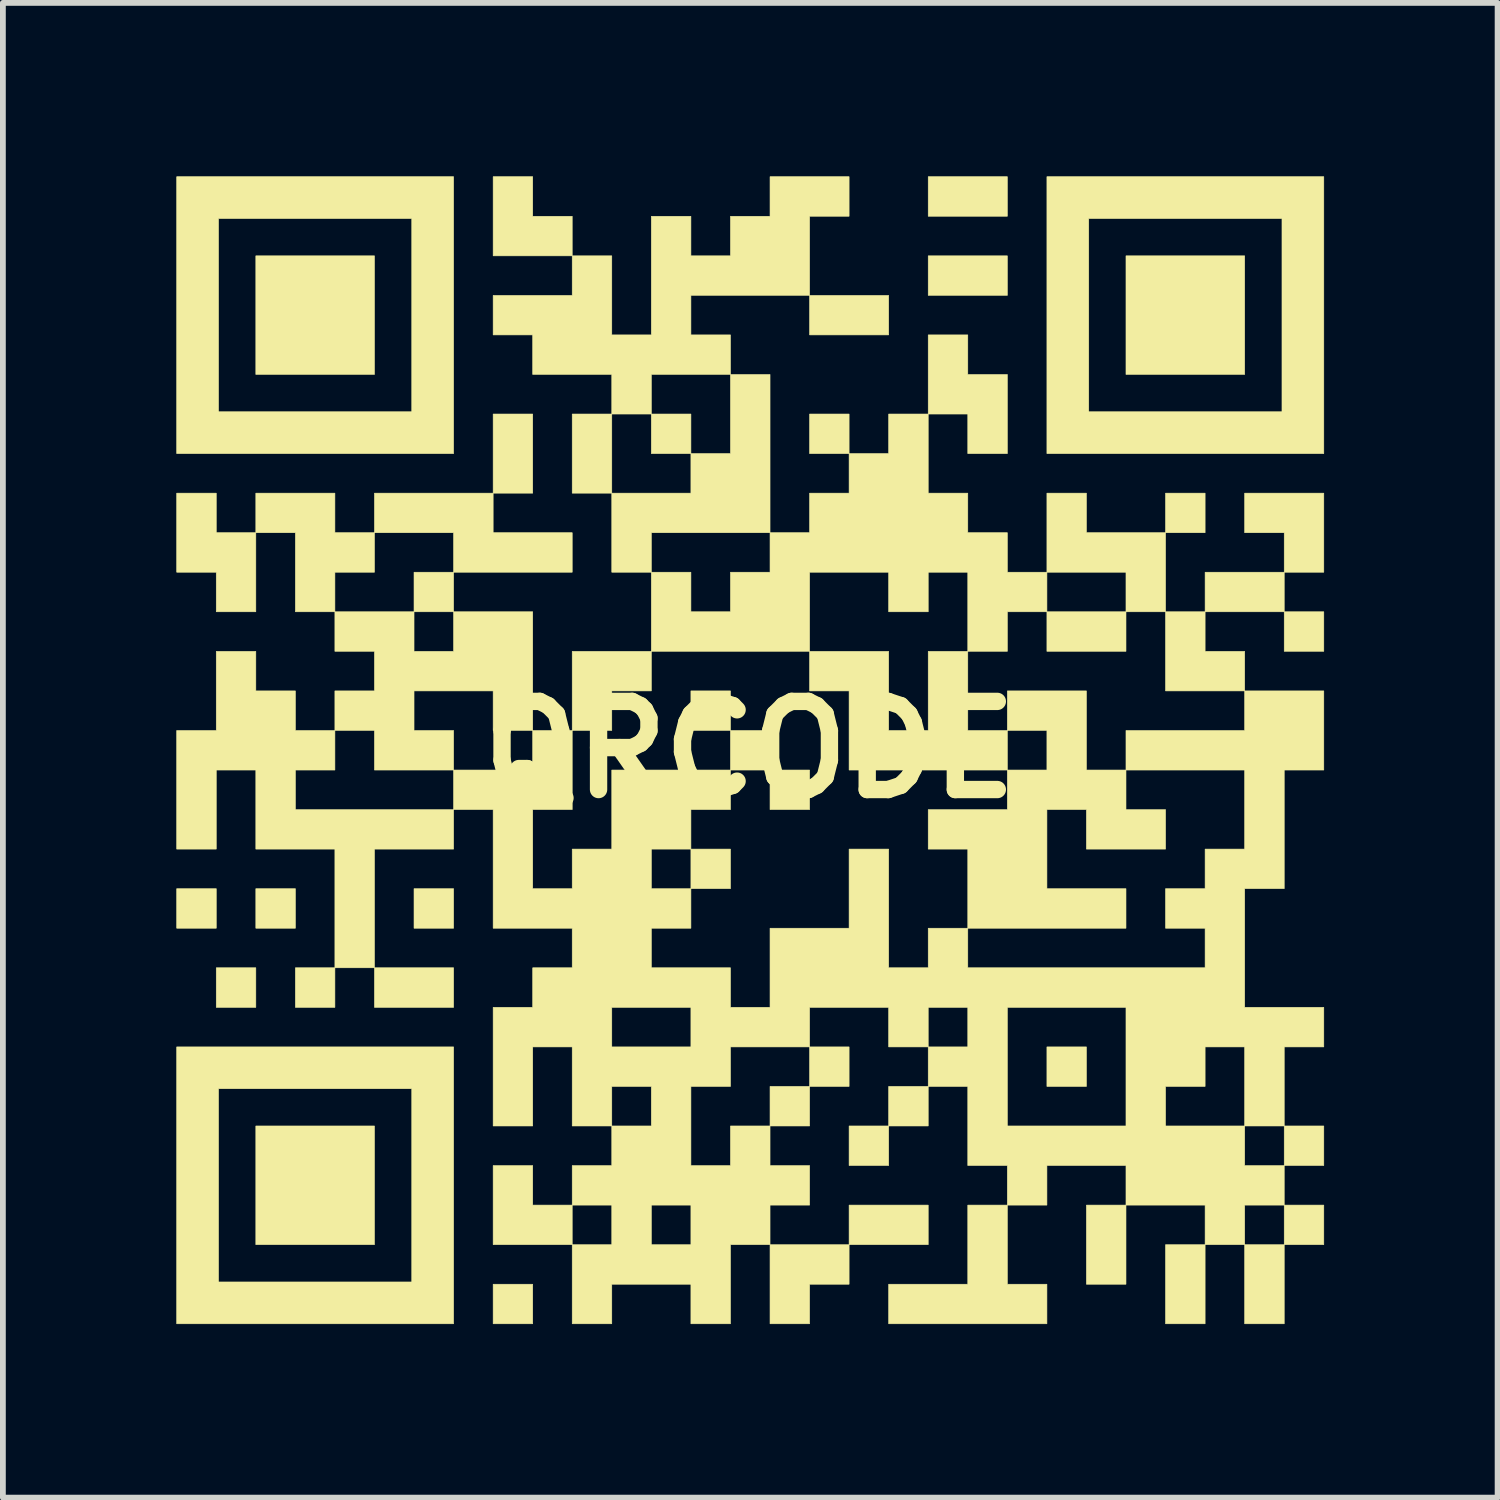
<source format=kicad_pcb>
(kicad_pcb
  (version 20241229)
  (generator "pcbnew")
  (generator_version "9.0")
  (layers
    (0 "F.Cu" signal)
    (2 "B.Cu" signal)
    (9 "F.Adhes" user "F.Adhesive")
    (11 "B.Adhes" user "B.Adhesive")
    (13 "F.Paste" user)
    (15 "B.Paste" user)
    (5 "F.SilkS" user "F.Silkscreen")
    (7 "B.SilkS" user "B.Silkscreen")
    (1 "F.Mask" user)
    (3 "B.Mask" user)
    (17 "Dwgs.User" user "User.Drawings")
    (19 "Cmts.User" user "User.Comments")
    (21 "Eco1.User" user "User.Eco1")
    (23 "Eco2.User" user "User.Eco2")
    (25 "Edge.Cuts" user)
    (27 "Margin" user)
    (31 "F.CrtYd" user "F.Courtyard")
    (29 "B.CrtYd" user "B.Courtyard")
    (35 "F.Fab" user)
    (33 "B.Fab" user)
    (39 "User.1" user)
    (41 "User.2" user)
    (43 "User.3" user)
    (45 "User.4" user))
  (footprint "QRCODE"
    (layer "F.Cu")
    (at 9.911 9.911)
    (property "Reference" "QRCODE" (at 0 0 0) (layer "F.SilkS") (effects (font (size 1.524 1.524) (thickness 0.3))))
    (attr through_hole)
    (fp_poly (pts (xy -9.222 3.087) (xy -9.906 3.087) (xy -9.906 2.403) (xy -9.222 2.403) (xy -9.222 3.087)) (stroke (width 0.01) (type solid)) (fill yes) (layer "F.SilkS"))
    (fp_poly (pts (xy -8.538 4.455) (xy -9.222 4.455) (xy -9.222 3.771) (xy -8.538 3.771) (xy -8.538 4.455)) (stroke (width 0.01) (type solid)) (fill yes) (layer "F.SilkS"))
    (fp_poly (pts (xy -7.854 3.087) (xy -8.538 3.087) (xy -8.538 2.403) (xy -7.854 2.403) (xy -7.854 3.087)) (stroke (width 0.01) (type solid)) (fill yes) (layer "F.SilkS"))
    (fp_poly (pts (xy -7.171 4.455) (xy -7.854 4.455) (xy -7.854 3.771) (xy -7.171 3.771) (xy -7.171 4.455)) (stroke (width 0.01) (type solid)) (fill yes) (layer "F.SilkS"))
    (fp_poly (pts (xy -6.487 -6.487) (xy -8.538 -6.487) (xy -8.538 -8.538) (xy -6.487 -8.538) (xy -6.487 -6.487)) (stroke (width 0.01) (type solid)) (fill yes) (layer "F.SilkS"))
    (fp_poly (pts (xy -6.487 8.558) (xy -8.538 8.558) (xy -8.538 6.506) (xy -6.487 6.506) (xy -6.487 8.558)) (stroke (width 0.01) (type solid)) (fill yes) (layer "F.SilkS"))
    (fp_poly (pts (xy -5.119 3.087) (xy -5.803 3.087) (xy -5.803 2.403) (xy -5.119 2.403) (xy -5.119 3.087)) (stroke (width 0.01) (type solid)) (fill yes) (layer "F.SilkS"))
    (fp_poly (pts (xy -5.119 4.455) (xy -6.487 4.455) (xy -6.487 3.771) (xy -5.119 3.771) (xy -5.119 4.455)) (stroke (width 0.01) (type solid)) (fill yes) (layer "F.SilkS"))
    (fp_poly (pts (xy -4.435 -5.803) (xy -3.751 -5.803) (xy -3.751 -4.435) (xy -4.435 -4.435) (xy -4.435 -5.803)) (stroke (width 0.01) (type solid)) (fill yes) (layer "F.SilkS"))
    (fp_poly (pts (xy -3.751 9.926) (xy -4.435 9.926) (xy -4.435 9.242) (xy -3.751 9.242) (xy -3.751 9.926)) (stroke (width 0.01) (type solid)) (fill yes) (layer "F.SilkS"))
    (fp_poly (pts (xy -3.068 -4.435) (xy -3.068 -5.803) (xy -2.384 -5.803) (xy -2.384 -4.435) (xy -3.068 -4.435)) (stroke (width 0.01) (type solid)) (fill yes) (layer "F.SilkS"))
    (fp_poly (pts (xy -1.016 -5.119) (xy -1.7 -5.119) (xy -1.7 -5.803) (xy -1.016 -5.803) (xy -1.016 -5.119)) (stroke (width 0.01) (type solid)) (fill yes) (layer "F.SilkS"))
    (fp_poly (pts (xy -1.016 -0.332) (xy -1.016 -1.016) (xy -0.332 -1.016) (xy -0.332 -0.332) (xy -1.016 -0.332)) (stroke (width 0.01) (type solid)) (fill yes) (layer "F.SilkS"))
    (fp_poly (pts (xy -0.332 0.352) (xy -0.332 -0.332) (xy 0.352 -0.332) (xy 0.352 0.352) (xy -0.332 0.352)) (stroke (width 0.01) (type solid)) (fill yes) (layer "F.SilkS"))
    (fp_poly (pts (xy -0.332 2.403) (xy -1.016 2.403) (xy -1.016 1.719) (xy -0.332 1.719) (xy -0.332 2.403)) (stroke (width 0.01) (type solid)) (fill yes) (layer "F.SilkS"))
    (fp_poly (pts (xy 1.036 -5.119) (xy 1.036 -5.803) (xy 1.719 -5.803) (xy 1.719 -5.119) (xy 1.036 -5.119)) (stroke (width 0.01) (type solid)) (fill yes) (layer "F.SilkS"))
    (fp_poly (pts (xy 1.036 0.352) (xy 1.036 1.036) (xy 0.352 1.036) (xy 0.352 0.352) (xy 1.036 0.352)) (stroke (width 0.01) (type solid)) (fill yes) (layer "F.SilkS"))
    (fp_poly (pts (xy 1.036 5.139) (xy 1.719 5.139) (xy 1.719 5.822) (xy 1.036 5.822) (xy 1.036 5.139)) (stroke (width 0.01) (type solid)) (fill yes) (layer "F.SilkS"))
    (fp_poly (pts (xy 1.036 6.506) (xy 0.352 6.506) (xy 0.352 5.822) (xy 1.036 5.822) (xy 1.036 6.506)) (stroke (width 0.01) (type solid)) (fill yes) (layer "F.SilkS"))
    (fp_poly (pts (xy 1.719 7.874) (xy 3.087 7.874) (xy 3.087 8.558) (xy 1.719 8.558) (xy 1.719 7.874)) (stroke (width 0.01) (type solid)) (fill yes) (layer "F.SilkS"))
    (fp_poly (pts (xy 2.403 -7.171) (xy 1.036 -7.171) (xy 1.036 -7.854) (xy 2.403 -7.854) (xy 2.403 -7.171)) (stroke (width 0.01) (type solid)) (fill yes) (layer "F.SilkS"))
    (fp_poly (pts (xy 2.403 5.822) (xy 3.087 5.822) (xy 3.087 6.506) (xy 2.403 6.506) (xy 2.403 5.822)) (stroke (width 0.01) (type solid)) (fill yes) (layer "F.SilkS"))
    (fp_poly (pts (xy 2.403 7.19) (xy 1.719 7.19) (xy 1.719 6.506) (xy 2.403 6.506) (xy 2.403 7.19)) (stroke (width 0.01) (type solid)) (fill yes) (layer "F.SilkS"))
    (fp_poly (pts (xy 4.455 -9.222) (xy 3.087 -9.222) (xy 3.087 -9.906) (xy 4.455 -9.906) (xy 4.455 -9.222)) (stroke (width 0.01) (type solid)) (fill yes) (layer "F.SilkS"))
    (fp_poly (pts (xy 4.455 -7.854) (xy 3.087 -7.854) (xy 3.087 -8.538) (xy 4.455 -8.538) (xy 4.455 -7.854)) (stroke (width 0.01) (type solid)) (fill yes) (layer "F.SilkS"))
    (fp_poly (pts (xy 5.822 5.822) (xy 5.139 5.822) (xy 5.139 5.139) (xy 5.822 5.139) (xy 5.822 5.822)) (stroke (width 0.01) (type solid)) (fill yes) (layer "F.SilkS"))
    (fp_poly (pts (xy 6.506 -1.7) (xy 5.139 -1.7) (xy 5.139 -2.384) (xy 6.506 -2.384) (xy 6.506 -1.7)) (stroke (width 0.01) (type solid)) (fill yes) (layer "F.SilkS"))
    (fp_poly (pts (xy 6.506 9.242) (xy 5.822 9.242) (xy 5.822 7.874) (xy 6.506 7.874) (xy 6.506 9.242)) (stroke (width 0.01) (type solid)) (fill yes) (layer "F.SilkS"))
    (fp_poly (pts (xy 7.19 -4.435) (xy 7.874 -4.435) (xy 7.874 -3.751) (xy 7.19 -3.751) (xy 7.19 -4.435)) (stroke (width 0.01) (type solid)) (fill yes) (layer "F.SilkS"))
    (fp_poly (pts (xy 7.874 9.926) (xy 7.19 9.926) (xy 7.19 8.558) (xy 7.874 8.558) (xy 7.874 9.926)) (stroke (width 0.01) (type solid)) (fill yes) (layer "F.SilkS"))
    (fp_poly (pts (xy 8.558 -6.487) (xy 6.506 -6.487) (xy 6.506 -8.538) (xy 8.558 -8.538) (xy 8.558 -6.487)) (stroke (width 0.01) (type solid)) (fill yes) (layer "F.SilkS"))
    (fp_poly (pts (xy 9.242 -2.384) (xy 7.874 -2.384) (xy 7.874 -3.068) (xy 9.242 -3.068) (xy 9.242 -2.384)) (stroke (width 0.01) (type solid)) (fill yes) (layer "F.SilkS"))
    (fp_poly (pts (xy 9.242 7.874) (xy 9.926 7.874) (xy 9.926 8.558) (xy 9.242 8.558) (xy 9.242 7.874)) (stroke (width 0.01) (type solid)) (fill yes) (layer "F.SilkS"))
    (fp_poly (pts (xy 9.242 9.926) (xy 8.558 9.926) (xy 8.558 8.558) (xy 9.242 8.558) (xy 9.242 9.926)) (stroke (width 0.01) (type solid)) (fill yes) (layer "F.SilkS"))
    (fp_poly (pts (xy 9.926 -1.7) (xy 9.242 -1.7) (xy 9.242 -2.384) (xy 9.926 -2.384) (xy 9.926 -1.7)) (stroke (width 0.01) (type solid)) (fill yes) (layer "F.SilkS"))
    (fp_poly (pts (xy -4.435 -8.538) (xy -4.435 -9.906) (xy -3.751 -9.906) (xy -3.751 -9.222) (xy -3.068 -9.222) (xy -3.068 -8.538) (xy -4.435 -8.538)) (stroke (width 0.01) (type solid)) (fill yes) (layer "F.SilkS"))
    (fp_poly (pts (xy 1.719 9.242) (xy 1.036 9.242) (xy 1.036 9.926) (xy 0.352 9.926) (xy 0.352 8.558) (xy 1.719 8.558) (xy 1.719 9.242)) (stroke (width 0.01) (type solid)) (fill yes) (layer "F.SilkS"))
    (fp_poly (pts (xy 9.242 -3.751) (xy 8.558 -3.751) (xy 8.558 -4.435) (xy 9.926 -4.435) (xy 9.926 -3.068) (xy 9.242 -3.068) (xy 9.242 -3.751)) (stroke (width 0.01) (type solid)) (fill yes) (layer "F.SilkS"))
    (fp_poly (pts (xy -8.538 -2.384) (xy -9.222 -2.384) (xy -9.222 -3.068) (xy -9.906 -3.068) (xy -9.906 -4.435) (xy -9.222 -4.435) (xy -9.222 -3.751) (xy -8.538 -3.751) (xy -8.538 -2.384)) (stroke (width 0.01) (type solid)) (fill yes) (layer "F.SilkS"))
    (fp_poly (pts (xy 3.087 -7.171) (xy 3.771 -7.171) (xy 3.771 -6.487) (xy 4.455 -6.487) (xy 4.455 -5.119) (xy 3.771 -5.119) (xy 3.771 -5.803) (xy 3.087 -5.803) (xy 3.087 -7.171)) (stroke (width 0.01) (type solid)) (fill yes) (layer "F.SilkS"))
    (fp_poly (pts (xy 4.455 9.242) (xy 5.139 9.242) (xy 5.139 9.926) (xy 2.403 9.926) (xy 2.403 9.242) (xy 3.771 9.242) (xy 3.771 7.874) (xy 4.455 7.874) (xy 4.455 9.242)) (stroke (width 0.01) (type solid)) (fill yes) (layer "F.SilkS"))
    (fp_poly (pts (xy -5.119 -5.119) (xy -9.906 -5.119) (xy -9.906 -9.183) (xy -9.183 -9.183) (xy -9.183 -5.842) (xy -5.842 -5.842) (xy -5.842 -9.183) (xy -9.183 -9.183) (xy -9.906 -9.183) (xy -9.906 -9.906) (xy -5.119 -9.906) (xy -5.119 -5.119)) (stroke (width 0.01) (type solid)) (fill yes) (layer "F.SilkS"))
    (fp_poly (pts (xy -5.119 9.926) (xy -9.906 9.926) (xy -9.906 5.862) (xy -9.183 5.862) (xy -9.183 9.203) (xy -5.842 9.203) (xy -5.842 5.862) (xy -9.183 5.862) (xy -9.906 5.862) (xy -9.906 5.139) (xy -5.119 5.139) (xy -5.119 9.926)) (stroke (width 0.01) (type solid)) (fill yes) (layer "F.SilkS"))
    (fp_poly (pts (xy 9.926 -5.119) (xy 5.139 -5.119) (xy 5.139 -9.183) (xy 5.862 -9.183) (xy 5.862 -5.842) (xy 9.203 -5.842) (xy 9.203 -9.183) (xy 5.862 -9.183) (xy 5.139 -9.183) (xy 5.139 -9.906) (xy 9.926 -9.906) (xy 9.926 -5.119)) (stroke (width 0.01) (type solid)) (fill yes) (layer "F.SilkS"))
    (fp_poly (pts (xy -2.384 -6.487) (xy -3.751 -6.487) (xy -3.751 -7.171) (xy -4.435 -7.171) (xy -4.435 -7.854) (xy -3.068 -7.854) (xy -3.068 -8.538) (xy -2.384 -8.538) (xy -2.384 -7.171) (xy -1.7 -7.171) (xy -1.7 -9.222) (xy -1.016 -9.222) (xy -1.016 -8.538) (xy -0.332 -8.538) (xy -0.332 -9.222) (xy 0.352 -9.222) (xy 0.352 -9.906) (xy 1.719 -9.906) (xy 1.719 -9.222) (xy 1.036 -9.222) (xy 1.036 -7.854) (xy -1.016 -7.854) (xy -1.016 -7.171) (xy -0.332 -7.171) (xy -0.332 -6.487) (xy -1.7 -6.487) (xy -1.7 -5.803) (xy -2.384 -5.803) (xy -2.384 -6.487)) (stroke (width 0.01) (type solid)) (fill yes) (layer "F.SilkS"))
    (fp_poly (pts (xy 2.403 -0.332) (xy 3.087 -0.332) (xy 3.087 -1.7) (xy 3.771 -1.7) (xy 3.771 -0.332) (xy 4.455 -0.332) (xy 4.455 0.352) (xy 5.139 0.352) (xy 5.139 -0.332) (xy 4.455 -0.332) (xy 4.455 -1.016) (xy 5.822 -1.016) (xy 5.822 0.352) (xy 6.506 0.352) (xy 6.506 1.036) (xy 7.19 1.036) (xy 7.19 1.719) (xy 5.822 1.719) (xy 5.822 1.036) (xy 5.139 1.036) (xy 5.139 2.403) (xy 6.506 2.403) (xy 6.506 3.087) (xy 3.771 3.087) (xy 3.771 1.719) (xy 3.087 1.719) (xy 3.087 1.036) (xy 4.455 1.036) (xy 4.455 0.352) (xy 1.719 0.352) (xy 1.719 -1.016) (xy 1.036 -1.016) (xy 1.036 -1.7) (xy 2.403 -1.7) (xy 2.403 -0.332)) (stroke (width 0.01) (type solid)) (fill yes) (layer "F.SilkS"))
    (fp_poly (pts (xy 2.403 -5.119) (xy 2.403 -5.803) (xy 3.087 -5.803) (xy 3.087 -4.435) (xy 3.771 -4.435) (xy 3.771 -3.751) (xy 4.455 -3.751) (xy 4.455 -3.068) (xy 5.139 -3.068) (xy 5.139 -4.435) (xy 5.822 -4.435) (xy 5.822 -3.751) (xy 7.19 -3.751) (xy 7.19 -2.384) (xy 7.874 -2.384) (xy 7.874 -1.7) (xy 8.558 -1.7) (xy 8.558 -1.016) (xy 9.926 -1.016) (xy 9.926 0.352) (xy 9.242 0.352) (xy 9.242 2.403) (xy 8.558 2.403) (xy 8.558 4.455) (xy 9.926 4.455) (xy 9.926 5.139) (xy 9.242 5.139) (xy 9.242 6.506) (xy 9.926 6.506) (xy 9.926 7.19) (xy 9.242 7.19) (xy 9.242 7.874) (xy 8.558 7.874) (xy 8.558 8.558) (xy 7.874 8.558) (xy 7.874 7.874) (xy 6.506 7.874) (xy 6.506 7.19) (xy 8.558 7.19) (xy 9.242 7.19) (xy 9.242 6.506) (xy 8.558 6.506) (xy 8.558 7.19) (xy 6.506 7.19) (xy 5.139 7.19) (xy 5.139 7.874) (xy 4.455 7.874) (xy 4.455 7.19) (xy 3.771 7.19) (xy 3.771 5.822) (xy 3.087 5.822) (xy 3.087 5.139) (xy 2.403 5.139) (xy 2.403 4.455) (xy 3.087 4.455) (xy 3.087 5.139) (xy 3.771 5.139) (xy 3.771 4.455) (xy 4.455 4.455) (xy 4.455 6.506) (xy 6.506 6.506) (xy 6.506 5.822) (xy 7.19 5.822) (xy 7.19 6.506) (xy 8.558 6.506) (xy 8.558 5.139) (xy 7.874 5.139) (xy 7.874 5.822) (xy 7.19 5.822) (xy 6.506 5.822) (xy 6.506 4.455) (xy 4.455 4.455) (xy 3.771 4.455) (xy 3.087 4.455) (xy 2.403 4.455) (xy 1.036 4.455) (xy 1.036 5.139) (xy -0.332 5.139) (xy -0.332 5.822) (xy -1.016 5.822) (xy -1.016 7.19) (xy -0.332 7.19) (xy -0.332 6.506) (xy 0.352 6.506) (xy 0.352 7.19) (xy 1.036 7.19) (xy 1.036 7.874) (xy 0.352 7.874) (xy 0.352 8.558) (xy -0.332 8.558) (xy -0.332 9.926) (xy -1.016 9.926) (xy -1.016 9.242) (xy -2.384 9.242) (xy -2.384 9.926) (xy -3.068 9.926) (xy -3.068 8.558) (xy -4.435 8.558) (xy -4.435 7.19) (xy -3.751 7.19) (xy -3.751 7.874) (xy -3.068 7.874) (xy -3.068 8.558) (xy -2.384 8.558) (xy -2.384 7.874) (xy -1.7 7.874) (xy -1.7 8.558) (xy -1.016 8.558) (xy -1.016 7.874) (xy -1.7 7.874) (xy -2.384 7.874) (xy -3.068 7.874) (xy -3.068 7.19) (xy -2.384 7.19) (xy -2.384 6.506) (xy -3.068 6.506) (xy -3.068 5.822) (xy -2.384 5.822) (xy -2.384 6.506) (xy -1.7 6.506) (xy -1.7 5.822) (xy -2.384 5.822) (xy -3.068 5.822) (xy -3.068 5.139) (xy -3.751 5.139) (xy -3.751 6.506) (xy -4.435 6.506) (xy -4.435 4.455) (xy -3.751 4.455) (xy -2.384 4.455) (xy -2.384 5.139) (xy -1.016 5.139) (xy -1.016 4.455) (xy -2.384 4.455) (xy -3.751 4.455) (xy -3.751 3.771) (xy -3.068 3.771) (xy -3.068 3.087) (xy -4.435 3.087) (xy -4.435 1.036) (xy -3.751 1.036) (xy -3.751 2.403) (xy -3.068 2.403) (xy -3.068 1.719) (xy -2.384 1.719) (xy -2.384 0.352) (xy -0.332 0.352) (xy -0.332 1.036) (xy -1.016 1.036) (xy -1.016 1.719) (xy -1.7 1.719) (xy -1.7 2.403) (xy -1.016 2.403) (xy -1.016 3.087) (xy -1.7 3.087) (xy -1.7 3.771) (xy -0.332 3.771) (xy -0.332 4.455) (xy 0.352 4.455) (xy 0.352 3.087) (xy 1.719 3.087) (xy 1.719 1.719) (xy 2.403 1.719) (xy 2.403 3.771) (xy 3.087 3.771) (xy 3.087 3.087) (xy 3.771 3.087) (xy 3.771 3.771) (xy 7.874 3.771) (xy 7.874 3.087) (xy 7.19 3.087) (xy 7.19 2.403) (xy 7.874 2.403) (xy 7.874 1.719) (xy 8.558 1.719) (xy 8.558 0.352) (xy 6.506 0.352) (xy 6.506 -0.332) (xy 8.558 -0.332) (xy 8.558 -1.016) (xy 7.19 -1.016) (xy 7.19 -2.384) (xy 6.506 -2.384) (xy 6.506 -3.068) (xy 5.139 -3.068) (xy 5.139 -2.384) (xy 4.455 -2.384) (xy 4.455 -1.7) (xy 3.771 -1.7) (xy 3.771 -3.068) (xy 3.087 -3.068) (xy 3.087 -2.384) (xy 2.403 -2.384) (xy 2.403 -3.068) (xy 1.036 -3.068) (xy 1.036 -1.7) (xy -1.7 -1.7) (xy -1.7 -1.016) (xy -2.384 -1.016) (xy -2.384 -0.332) (xy -3.068 -0.332) (xy -3.068 1.036) (xy -3.751 1.036) (xy -4.435 1.036) (xy -5.119 1.036) (xy -5.119 1.719) (xy -6.487 1.719) (xy -6.487 3.771) (xy -7.171 3.771) (xy -7.171 1.719) (xy -8.538 1.719) (xy -8.538 0.352) (xy -7.854 0.352) (xy -7.854 1.036) (xy -5.119 1.036) (xy -5.119 0.352) (xy -6.487 0.352) (xy -6.487 -0.332) (xy -7.171 -0.332) (xy -7.171 0.352) (xy -7.854 0.352) (xy -8.538 0.352) (xy -9.222 0.352) (xy -9.222 1.719) (xy -9.906 1.719) (xy -9.906 -0.332) (xy -9.222 -0.332) (xy -9.222 -1.7) (xy -8.538 -1.7) (xy -8.538 -1.016) (xy -7.854 -1.016) (xy -7.854 -0.332) (xy -7.171 -0.332) (xy -7.171 -1.016) (xy -6.487 -1.016) (xy -5.803 -1.016) (xy -5.803 -0.332) (xy -5.119 -0.332) (xy -5.119 0.352) (xy -3.751 0.352) (xy -3.751 -0.332) (xy -4.435 -0.332) (xy -4.435 -1.016) (xy -5.803 -1.016) (xy -6.487 -1.016) (xy -6.487 -1.7) (xy -5.803 -1.7) (xy -5.119 -1.7) (xy -5.119 -2.384) (xy -5.803 -2.384) (xy -5.803 -1.7) (xy -6.487 -1.7) (xy -7.171 -1.7) (xy -7.171 -2.384) (xy -7.854 -2.384) (xy -7.854 -3.068) (xy -7.171 -3.068) (xy -7.171 -2.384) (xy -5.803 -2.384) (xy -5.803 -3.068) (xy -5.119 -3.068) (xy -5.119 -3.751) (xy -6.487 -3.751) (xy -6.487 -3.068) (xy -7.171 -3.068) (xy -7.854 -3.068) (xy -7.854 -3.751) (xy -8.538 -3.751) (xy -8.538 -4.435) (xy -7.171 -4.435) (xy -7.171 -3.751) (xy -6.487 -3.751) (xy -6.487 -4.435) (xy -4.435 -4.435) (xy -4.435 -3.751) (xy -3.068 -3.751) (xy -3.068 -3.068) (xy -5.119 -3.068) (xy -5.119 -2.384) (xy -3.751 -2.384) (xy -3.751 -0.332) (xy -3.068 -0.332) (xy -3.068 -1.7) (xy -1.7 -1.7) (xy -1.7 -3.068) (xy -2.384 -3.068) (xy -2.384 -3.751) (xy -1.7 -3.751) (xy -1.7 -3.068) (xy -1.016 -3.068) (xy -1.016 -2.384) (xy -0.332 -2.384) (xy -0.332 -3.068) (xy 0.352 -3.068) (xy 0.352 -3.751) (xy -1.7 -3.751) (xy -2.384 -3.751) (xy -2.384 -4.435) (xy -1.016 -4.435) (xy -1.016 -5.119) (xy -0.332 -5.119) (xy -0.332 -6.487) (xy 0.352 -6.487) (xy 0.352 -3.751) (xy 1.036 -3.751) (xy 1.036 -4.435) (xy 1.719 -4.435) (xy 1.719 -5.119) (xy 2.403 -5.119)) (stroke (width 0.01) (type solid)) (fill yes) (layer "F.SilkS")))
  (gr_rect
    (start -3 -3)
    (end 22.842 22.842)
    (stroke (width 0.1) (type default))
    (fill no)
    (layer "Edge.Cuts")))
</source>
